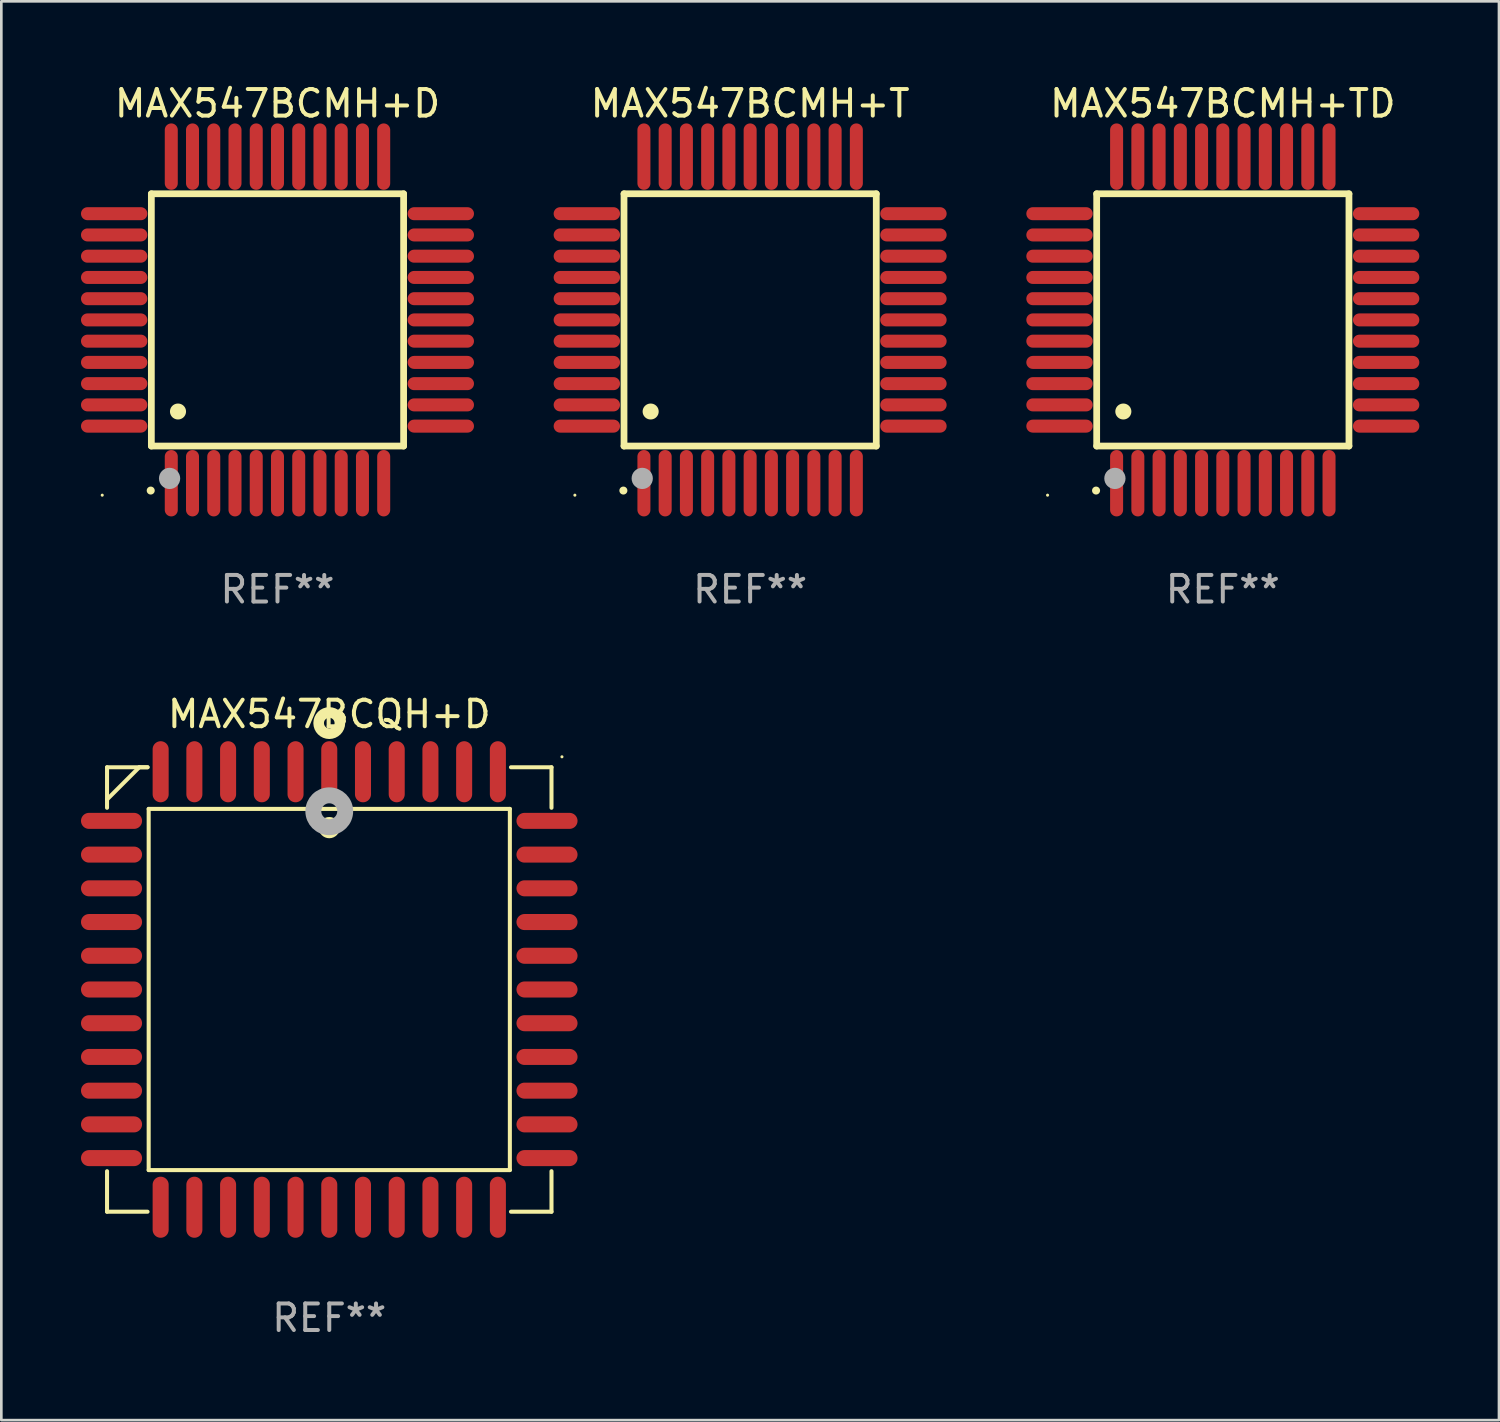
<source format=kicad_pcb>
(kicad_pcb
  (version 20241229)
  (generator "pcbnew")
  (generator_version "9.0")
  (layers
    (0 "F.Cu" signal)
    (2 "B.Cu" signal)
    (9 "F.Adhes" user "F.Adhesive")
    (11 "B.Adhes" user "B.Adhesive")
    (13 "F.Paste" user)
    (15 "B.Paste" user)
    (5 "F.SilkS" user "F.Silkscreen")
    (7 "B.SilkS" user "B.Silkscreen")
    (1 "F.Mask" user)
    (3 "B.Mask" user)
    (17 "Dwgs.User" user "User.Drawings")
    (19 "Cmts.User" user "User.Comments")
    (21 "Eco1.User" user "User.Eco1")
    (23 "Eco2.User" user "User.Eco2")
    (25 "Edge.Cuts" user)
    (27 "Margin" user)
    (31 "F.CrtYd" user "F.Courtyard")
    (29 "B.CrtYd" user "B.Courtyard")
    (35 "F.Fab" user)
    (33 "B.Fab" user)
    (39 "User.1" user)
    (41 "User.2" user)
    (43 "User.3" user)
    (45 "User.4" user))
  (footprint "MAX547BCQH+D"
    (layer "F.Cu")
    (at 9.35 34.214)
    (property "Reference" "MAX547BCQH+D" (at 0 -10.369 0) (layer "F.SilkS") (effects (font (size 1 1) (thickness 0.15))))
    (attr through_hole)
    (fp_line (start -8.369 -8.369) (end -8.369 -6.843) (stroke (width 0.152) (type solid)) (layer "F.SilkS"))
    (fp_line (start -8.369 8.369) (end -8.369 6.843) (stroke (width 0.152) (type solid)) (layer "F.SilkS"))
    (fp_line (start -7.156 -8.369) (end -8.369 -7.156) (stroke (width 0.152) (type solid)) (layer "F.SilkS"))
    (fp_line (start -6.843 -8.369) (end -8.369 -8.369) (stroke (width 0.152) (type solid)) (layer "F.SilkS"))
    (fp_line (start -6.843 -8.369) (end -7.156 -8.369) (stroke (width 0.152) (type solid)) (layer "F.SilkS"))
    (fp_line (start -6.843 8.369) (end -8.369 8.369) (stroke (width 0.152) (type solid)) (layer "F.SilkS"))
    (fp_line (start -6.801 -6.801) (end 6.801 -6.801) (stroke (width 0.152) (type solid)) (layer "F.SilkS"))
    (fp_line (start -6.801 6.801) (end -6.801 -6.801) (stroke (width 0.152) (type solid)) (layer "F.SilkS"))
    (fp_line (start 6.801 -6.801) (end 6.801 6.801) (stroke (width 0.152) (type solid)) (layer "F.SilkS"))
    (fp_line (start 6.801 6.801) (end -6.801 6.801) (stroke (width 0.152) (type solid)) (layer "F.SilkS"))
    (fp_line (start 6.843 -8.369) (end 8.369 -8.369) (stroke (width 0.152) (type solid)) (layer "F.SilkS"))
    (fp_line (start 6.843 8.369) (end 8.369 8.369) (stroke (width 0.152) (type solid)) (layer "F.SilkS"))
    (fp_line (start 8.369 -8.369) (end 8.369 -6.843) (stroke (width 0.152) (type solid)) (layer "F.SilkS"))
    (fp_line (start 8.369 8.369) (end 8.369 6.843) (stroke (width 0.152) (type solid)) (layer "F.SilkS"))
    (fp_circle (center -0.000013 -6.096) (end 0.2 -6.096) (stroke (width 0.4) (type solid)) (fill no) (layer "F.SilkS"))
    (fp_circle (center 0.000114 -10.033) (end 0.2 -10.033) (stroke (width 0.4) (type solid)) (fill no) (layer "F.SilkS"))
    (fp_circle (center 8.763 -8.763) (end 8.793 -8.763) (stroke (width 0.06) (type solid)) (fill no) (layer "F.SilkS"))
    (fp_circle (center 0.000114 -6.712) (end 0.3 -6.712) (stroke (width 0.6) (type solid)) (fill no) (layer "F.Fab"))
    (fp_text user "REF**" (at 0 12.369 0) (layer "F.Fab") (effects (font (size 1 1) (thickness 0.15))))
    (pad "1" smd oval (at 0.000114 -8.2) (size 0.604 2.3) (layers "F.Cu" "F.Mask" "F.Paste"))
    (pad "2" smd oval (at -1.27 -8.2) (size 0.604 2.3) (layers "F.Cu" "F.Mask" "F.Paste"))
    (pad "3" smd oval (at -2.54 -8.2) (size 0.604 2.3) (layers "F.Cu" "F.Mask" "F.Paste"))
    (pad "4" smd oval (at -3.81 -8.2) (size 0.604 2.3) (layers "F.Cu" "F.Mask" "F.Paste"))
    (pad "5" smd oval (at -5.08 -8.2) (size 0.604 2.3) (layers "F.Cu" "F.Mask" "F.Paste"))
    (pad "6" smd oval (at -6.35 -8.2) (size 0.604 2.3) (layers "F.Cu" "F.Mask" "F.Paste"))
    (pad "7" smd oval (at -8.2 -6.35) (size 2.3 0.604) (layers "F.Cu" "F.Mask" "F.Paste"))
    (pad "8" smd oval (at -8.2 -5.08) (size 2.3 0.604) (layers "F.Cu" "F.Mask" "F.Paste"))
    (pad "9" smd oval (at -8.2 -3.81) (size 2.3 0.604) (layers "F.Cu" "F.Mask" "F.Paste"))
    (pad "10" smd oval (at -8.2 -2.54) (size 2.3 0.604) (layers "F.Cu" "F.Mask" "F.Paste"))
    (pad "11" smd oval (at -8.2 -1.27) (size 2.3 0.604) (layers "F.Cu" "F.Mask" "F.Paste"))
    (pad "12" smd oval (at -8.2 0.000127) (size 2.3 0.604) (layers "F.Cu" "F.Mask" "F.Paste"))
    (pad "13" smd oval (at -8.2 1.27) (size 2.3 0.604) (layers "F.Cu" "F.Mask" "F.Paste"))
    (pad "14" smd oval (at -8.2 2.54) (size 2.3 0.604) (layers "F.Cu" "F.Mask" "F.Paste"))
    (pad "15" smd oval (at -8.2 3.81) (size 2.3 0.604) (layers "F.Cu" "F.Mask" "F.Paste"))
    (pad "16" smd oval (at -8.2 5.08) (size 2.3 0.604) (layers "F.Cu" "F.Mask" "F.Paste"))
    (pad "17" smd oval (at -8.2 6.35) (size 2.3 0.604) (layers "F.Cu" "F.Mask" "F.Paste"))
    (pad "18" smd oval (at -6.35 8.2) (size 0.604 2.3) (layers "F.Cu" "F.Mask" "F.Paste"))
    (pad "19" smd oval (at -5.08 8.2) (size 0.604 2.3) (layers "F.Cu" "F.Mask" "F.Paste"))
    (pad "20" smd oval (at -3.81 8.2) (size 0.604 2.3) (layers "F.Cu" "F.Mask" "F.Paste"))
    (pad "21" smd oval (at -2.54 8.2) (size 0.604 2.3) (layers "F.Cu" "F.Mask" "F.Paste"))
    (pad "22" smd oval (at -1.27 8.2) (size 0.604 2.3) (layers "F.Cu" "F.Mask" "F.Paste"))
    (pad "23" smd oval (at 0.000114 8.2) (size 0.604 2.3) (layers "F.Cu" "F.Mask" "F.Paste"))
    (pad "24" smd oval (at 1.27 8.2) (size 0.604 2.3) (layers "F.Cu" "F.Mask" "F.Paste"))
    (pad "25" smd oval (at 2.54 8.2) (size 0.604 2.3) (layers "F.Cu" "F.Mask" "F.Paste"))
    (pad "26" smd oval (at 3.81 8.2) (size 0.604 2.3) (layers "F.Cu" "F.Mask" "F.Paste"))
    (pad "27" smd oval (at 5.08 8.2) (size 0.604 2.3) (layers "F.Cu" "F.Mask" "F.Paste"))
    (pad "28" smd oval (at 6.35 8.2) (size 0.604 2.3) (layers "F.Cu" "F.Mask" "F.Paste"))
    (pad "29" smd oval (at 8.2 6.35) (size 2.3 0.604) (layers "F.Cu" "F.Mask" "F.Paste"))
    (pad "30" smd oval (at 8.2 5.08) (size 2.3 0.604) (layers "F.Cu" "F.Mask" "F.Paste"))
    (pad "31" smd oval (at 8.2 3.81) (size 2.3 0.604) (layers "F.Cu" "F.Mask" "F.Paste"))
    (pad "32" smd oval (at 8.2 2.54) (size 2.3 0.604) (layers "F.Cu" "F.Mask" "F.Paste"))
    (pad "33" smd oval (at 8.2 1.27) (size 2.3 0.604) (layers "F.Cu" "F.Mask" "F.Paste"))
    (pad "34" smd oval (at 8.2 0.000127) (size 2.3 0.604) (layers "F.Cu" "F.Mask" "F.Paste"))
    (pad "35" smd oval (at 8.2 -1.27) (size 2.3 0.604) (layers "F.Cu" "F.Mask" "F.Paste"))
    (pad "36" smd oval (at 8.2 -2.54) (size 2.3 0.604) (layers "F.Cu" "F.Mask" "F.Paste"))
    (pad "37" smd oval (at 8.2 -3.81) (size 2.3 0.604) (layers "F.Cu" "F.Mask" "F.Paste"))
    (pad "38" smd oval (at 8.2 -5.08) (size 2.3 0.604) (layers "F.Cu" "F.Mask" "F.Paste"))
    (pad "39" smd oval (at 8.2 -6.35) (size 2.3 0.604) (layers "F.Cu" "F.Mask" "F.Paste"))
    (pad "40" smd oval (at 6.35 -8.2) (size 0.604 2.3) (layers "F.Cu" "F.Mask" "F.Paste"))
    (pad "41" smd oval (at 5.08 -8.2) (size 0.604 2.3) (layers "F.Cu" "F.Mask" "F.Paste"))
    (pad "42" smd oval (at 3.81 -8.2) (size 0.604 2.3) (layers "F.Cu" "F.Mask" "F.Paste"))
    (pad "43" smd oval (at 2.54 -8.2) (size 0.604 2.3) (layers "F.Cu" "F.Mask" "F.Paste"))
    (pad "44" smd oval (at 1.27 -8.2) (size 0.604 2.3) (layers "F.Cu" "F.Mask" "F.Paste")))
  (footprint "MAX547BCMH+TD"
    (layer "F.Cu")
    (at 43.001 8.998)
    (property "Reference" "MAX547BCMH+TD" (at 0 -8.15 0) (layer "F.SilkS") (effects (font (size 1 1) (thickness 0.15))))
    (attr through_hole)
    (fp_line (start -4.75 -4.75) (end 4.75 -4.75) (stroke (width 0.254) (type solid)) (layer "F.SilkS"))
    (fp_line (start -4.75 4.75) (end -4.75 -4.75) (stroke (width 0.254) (type solid)) (layer "F.SilkS"))
    (fp_line (start 4.75 -4.75) (end 4.75 4.75) (stroke (width 0.254) (type solid)) (layer "F.SilkS"))
    (fp_line (start 4.75 4.75) (end -4.75 4.75) (stroke (width 0.254) (type solid)) (layer "F.SilkS"))
    (fp_arc (start -4.77521 6.426213) (mid -4.77394 6.426208) (end -4.77267 6.426213) (stroke (width 0.3) (type solid)) (layer "F.SilkS"))
    (fp_arc (start -3.749047 3.449327) (mid -3.746507 3.449316) (end -3.743967 3.449327) (stroke (width 0.6) (type solid)) (layer "F.SilkS"))
    (fp_circle (center -6.6 6.6) (end -6.57 6.6) (stroke (width 0.06) (type solid)) (fill no) (layer "F.SilkS"))
    (fp_circle (center -4.064 5.969) (end -3.864 5.969) (stroke (width 0.4) (type solid)) (fill no) (layer "F.Fab"))
    (fp_text user "REF**" (at 0 10.15 0) (layer "F.Fab") (effects (font (size 1 1) (thickness 0.15))))
    (pad "1" smd oval (at -4 6.15) (size 0.49 2.5) (layers "F.Cu" "F.Mask" "F.Paste"))
    (pad "2" smd oval (at -3.2 6.15) (size 0.49 2.5) (layers "F.Cu" "F.Mask" "F.Paste"))
    (pad "3" smd oval (at -2.4 6.15) (size 0.49 2.5) (layers "F.Cu" "F.Mask" "F.Paste"))
    (pad "4" smd oval (at -1.6 6.15) (size 0.49 2.5) (layers "F.Cu" "F.Mask" "F.Paste"))
    (pad "5" smd oval (at -0.8 6.15) (size 0.49 2.5) (layers "F.Cu" "F.Mask" "F.Paste"))
    (pad "6" smd oval (at 0 6.15) (size 0.49 2.5) (layers "F.Cu" "F.Mask" "F.Paste"))
    (pad "7" smd oval (at 0.8 6.15) (size 0.49 2.5) (layers "F.Cu" "F.Mask" "F.Paste"))
    (pad "8" smd oval (at 1.6 6.15) (size 0.49 2.5) (layers "F.Cu" "F.Mask" "F.Paste"))
    (pad "9" smd oval (at 2.4 6.15) (size 0.49 2.5) (layers "F.Cu" "F.Mask" "F.Paste"))
    (pad "10" smd oval (at 3.2 6.15) (size 0.49 2.5) (layers "F.Cu" "F.Mask" "F.Paste"))
    (pad "11" smd oval (at 4 6.15) (size 0.49 2.5) (layers "F.Cu" "F.Mask" "F.Paste"))
    (pad "12" smd oval (at 6.15 4) (size 2.5 0.49) (layers "F.Cu" "F.Mask" "F.Paste"))
    (pad "13" smd oval (at 6.15 3.2) (size 2.5 0.49) (layers "F.Cu" "F.Mask" "F.Paste"))
    (pad "14" smd oval (at 6.15 2.4) (size 2.5 0.49) (layers "F.Cu" "F.Mask" "F.Paste"))
    (pad "15" smd oval (at 6.15 1.6) (size 2.5 0.49) (layers "F.Cu" "F.Mask" "F.Paste"))
    (pad "16" smd oval (at 6.15 0.8) (size 2.5 0.49) (layers "F.Cu" "F.Mask" "F.Paste"))
    (pad "17" smd oval (at 6.15 0) (size 2.5 0.49) (layers "F.Cu" "F.Mask" "F.Paste"))
    (pad "18" smd oval (at 6.15 -0.8) (size 2.5 0.49) (layers "F.Cu" "F.Mask" "F.Paste"))
    (pad "19" smd oval (at 6.15 -1.6) (size 2.5 0.49) (layers "F.Cu" "F.Mask" "F.Paste"))
    (pad "20" smd oval (at 6.15 -2.4) (size 2.5 0.49) (layers "F.Cu" "F.Mask" "F.Paste"))
    (pad "21" smd oval (at 6.15 -3.2) (size 2.5 0.49) (layers "F.Cu" "F.Mask" "F.Paste"))
    (pad "22" smd oval (at 6.15 -4) (size 2.5 0.49) (layers "F.Cu" "F.Mask" "F.Paste"))
    (pad "23" smd oval (at 4 -6.15) (size 0.49 2.5) (layers "F.Cu" "F.Mask" "F.Paste"))
    (pad "24" smd oval (at 3.2 -6.15) (size 0.49 2.5) (layers "F.Cu" "F.Mask" "F.Paste"))
    (pad "25" smd oval (at 2.4 -6.15) (size 0.49 2.5) (layers "F.Cu" "F.Mask" "F.Paste"))
    (pad "26" smd oval (at 1.6 -6.15) (size 0.49 2.5) (layers "F.Cu" "F.Mask" "F.Paste"))
    (pad "27" smd oval (at 0.8 -6.15) (size 0.49 2.5) (layers "F.Cu" "F.Mask" "F.Paste"))
    (pad "28" smd oval (at 0 -6.15) (size 0.49 2.5) (layers "F.Cu" "F.Mask" "F.Paste"))
    (pad "29" smd oval (at -0.8 -6.15) (size 0.49 2.5) (layers "F.Cu" "F.Mask" "F.Paste"))
    (pad "30" smd oval (at -1.6 -6.15) (size 0.49 2.5) (layers "F.Cu" "F.Mask" "F.Paste"))
    (pad "31" smd oval (at -2.4 -6.15) (size 0.49 2.5) (layers "F.Cu" "F.Mask" "F.Paste"))
    (pad "32" smd oval (at -3.2 -6.15) (size 0.49 2.5) (layers "F.Cu" "F.Mask" "F.Paste"))
    (pad "33" smd oval (at -4 -6.15) (size 0.49 2.5) (layers "F.Cu" "F.Mask" "F.Paste"))
    (pad "34" smd oval (at -6.15 -4) (size 2.5 0.49) (layers "F.Cu" "F.Mask" "F.Paste"))
    (pad "35" smd oval (at -6.15 -3.2) (size 2.5 0.49) (layers "F.Cu" "F.Mask" "F.Paste"))
    (pad "36" smd oval (at -6.15 -2.4) (size 2.5 0.49) (layers "F.Cu" "F.Mask" "F.Paste"))
    (pad "37" smd oval (at -6.15 -1.6) (size 2.5 0.49) (layers "F.Cu" "F.Mask" "F.Paste"))
    (pad "38" smd oval (at -6.15 -0.8) (size 2.5 0.49) (layers "F.Cu" "F.Mask" "F.Paste"))
    (pad "39" smd oval (at -6.15 0) (size 2.5 0.49) (layers "F.Cu" "F.Mask" "F.Paste"))
    (pad "40" smd oval (at -6.15 0.8) (size 2.5 0.49) (layers "F.Cu" "F.Mask" "F.Paste"))
    (pad "41" smd oval (at -6.15 1.6) (size 2.5 0.49) (layers "F.Cu" "F.Mask" "F.Paste"))
    (pad "42" smd oval (at -6.15 2.4) (size 2.5 0.49) (layers "F.Cu" "F.Mask" "F.Paste"))
    (pad "43" smd oval (at -6.15 3.2) (size 2.5 0.49) (layers "F.Cu" "F.Mask" "F.Paste"))
    (pad "44" smd oval (at -6.15 4) (size 2.5 0.49) (layers "F.Cu" "F.Mask" "F.Paste")))
  (footprint "MAX547BCMH+D"
    (layer "F.Cu")
    (at 7.4 8.998)
    (property "Reference" "MAX547BCMH+D" (at 0 -8.15 0) (layer "F.SilkS") (effects (font (size 1 1) (thickness 0.15))))
    (attr through_hole)
    (fp_line (start -4.75 -4.75) (end 4.75 -4.75) (stroke (width 0.254) (type solid)) (layer "F.SilkS"))
    (fp_line (start -4.75 4.75) (end -4.75 -4.75) (stroke (width 0.254) (type solid)) (layer "F.SilkS"))
    (fp_line (start 4.75 -4.75) (end 4.75 4.75) (stroke (width 0.254) (type solid)) (layer "F.SilkS"))
    (fp_line (start 4.75 4.75) (end -4.75 4.75) (stroke (width 0.254) (type solid)) (layer "F.SilkS"))
    (fp_arc (start -4.77521 6.426213) (mid -4.77394 6.426208) (end -4.77267 6.426213) (stroke (width 0.3) (type solid)) (layer "F.SilkS"))
    (fp_arc (start -3.749047 3.449327) (mid -3.746507 3.449316) (end -3.743967 3.449327) (stroke (width 0.6) (type solid)) (layer "F.SilkS"))
    (fp_circle (center -6.6 6.6) (end -6.57 6.6) (stroke (width 0.06) (type solid)) (fill no) (layer "F.SilkS"))
    (fp_circle (center -4.064 5.969) (end -3.864 5.969) (stroke (width 0.4) (type solid)) (fill no) (layer "F.Fab"))
    (fp_text user "REF**" (at 0 10.15 0) (layer "F.Fab") (effects (font (size 1 1) (thickness 0.15))))
    (pad "1" smd oval (at -4 6.15) (size 0.49 2.5) (layers "F.Cu" "F.Mask" "F.Paste"))
    (pad "2" smd oval (at -3.2 6.15) (size 0.49 2.5) (layers "F.Cu" "F.Mask" "F.Paste"))
    (pad "3" smd oval (at -2.4 6.15) (size 0.49 2.5) (layers "F.Cu" "F.Mask" "F.Paste"))
    (pad "4" smd oval (at -1.6 6.15) (size 0.49 2.5) (layers "F.Cu" "F.Mask" "F.Paste"))
    (pad "5" smd oval (at -0.8 6.15) (size 0.49 2.5) (layers "F.Cu" "F.Mask" "F.Paste"))
    (pad "6" smd oval (at 0 6.15) (size 0.49 2.5) (layers "F.Cu" "F.Mask" "F.Paste"))
    (pad "7" smd oval (at 0.8 6.15) (size 0.49 2.5) (layers "F.Cu" "F.Mask" "F.Paste"))
    (pad "8" smd oval (at 1.6 6.15) (size 0.49 2.5) (layers "F.Cu" "F.Mask" "F.Paste"))
    (pad "9" smd oval (at 2.4 6.15) (size 0.49 2.5) (layers "F.Cu" "F.Mask" "F.Paste"))
    (pad "10" smd oval (at 3.2 6.15) (size 0.49 2.5) (layers "F.Cu" "F.Mask" "F.Paste"))
    (pad "11" smd oval (at 4 6.15) (size 0.49 2.5) (layers "F.Cu" "F.Mask" "F.Paste"))
    (pad "12" smd oval (at 6.15 4) (size 2.5 0.49) (layers "F.Cu" "F.Mask" "F.Paste"))
    (pad "13" smd oval (at 6.15 3.2) (size 2.5 0.49) (layers "F.Cu" "F.Mask" "F.Paste"))
    (pad "14" smd oval (at 6.15 2.4) (size 2.5 0.49) (layers "F.Cu" "F.Mask" "F.Paste"))
    (pad "15" smd oval (at 6.15 1.6) (size 2.5 0.49) (layers "F.Cu" "F.Mask" "F.Paste"))
    (pad "16" smd oval (at 6.15 0.8) (size 2.5 0.49) (layers "F.Cu" "F.Mask" "F.Paste"))
    (pad "17" smd oval (at 6.15 0) (size 2.5 0.49) (layers "F.Cu" "F.Mask" "F.Paste"))
    (pad "18" smd oval (at 6.15 -0.8) (size 2.5 0.49) (layers "F.Cu" "F.Mask" "F.Paste"))
    (pad "19" smd oval (at 6.15 -1.6) (size 2.5 0.49) (layers "F.Cu" "F.Mask" "F.Paste"))
    (pad "20" smd oval (at 6.15 -2.4) (size 2.5 0.49) (layers "F.Cu" "F.Mask" "F.Paste"))
    (pad "21" smd oval (at 6.15 -3.2) (size 2.5 0.49) (layers "F.Cu" "F.Mask" "F.Paste"))
    (pad "22" smd oval (at 6.15 -4) (size 2.5 0.49) (layers "F.Cu" "F.Mask" "F.Paste"))
    (pad "23" smd oval (at 4 -6.15) (size 0.49 2.5) (layers "F.Cu" "F.Mask" "F.Paste"))
    (pad "24" smd oval (at 3.2 -6.15) (size 0.49 2.5) (layers "F.Cu" "F.Mask" "F.Paste"))
    (pad "25" smd oval (at 2.4 -6.15) (size 0.49 2.5) (layers "F.Cu" "F.Mask" "F.Paste"))
    (pad "26" smd oval (at 1.6 -6.15) (size 0.49 2.5) (layers "F.Cu" "F.Mask" "F.Paste"))
    (pad "27" smd oval (at 0.8 -6.15) (size 0.49 2.5) (layers "F.Cu" "F.Mask" "F.Paste"))
    (pad "28" smd oval (at 0 -6.15) (size 0.49 2.5) (layers "F.Cu" "F.Mask" "F.Paste"))
    (pad "29" smd oval (at -0.8 -6.15) (size 0.49 2.5) (layers "F.Cu" "F.Mask" "F.Paste"))
    (pad "30" smd oval (at -1.6 -6.15) (size 0.49 2.5) (layers "F.Cu" "F.Mask" "F.Paste"))
    (pad "31" smd oval (at -2.4 -6.15) (size 0.49 2.5) (layers "F.Cu" "F.Mask" "F.Paste"))
    (pad "32" smd oval (at -3.2 -6.15) (size 0.49 2.5) (layers "F.Cu" "F.Mask" "F.Paste"))
    (pad "33" smd oval (at -4 -6.15) (size 0.49 2.5) (layers "F.Cu" "F.Mask" "F.Paste"))
    (pad "34" smd oval (at -6.15 -4) (size 2.5 0.49) (layers "F.Cu" "F.Mask" "F.Paste"))
    (pad "35" smd oval (at -6.15 -3.2) (size 2.5 0.49) (layers "F.Cu" "F.Mask" "F.Paste"))
    (pad "36" smd oval (at -6.15 -2.4) (size 2.5 0.49) (layers "F.Cu" "F.Mask" "F.Paste"))
    (pad "37" smd oval (at -6.15 -1.6) (size 2.5 0.49) (layers "F.Cu" "F.Mask" "F.Paste"))
    (pad "38" smd oval (at -6.15 -0.8) (size 2.5 0.49) (layers "F.Cu" "F.Mask" "F.Paste"))
    (pad "39" smd oval (at -6.15 0) (size 2.5 0.49) (layers "F.Cu" "F.Mask" "F.Paste"))
    (pad "40" smd oval (at -6.15 0.8) (size 2.5 0.49) (layers "F.Cu" "F.Mask" "F.Paste"))
    (pad "41" smd oval (at -6.15 1.6) (size 2.5 0.49) (layers "F.Cu" "F.Mask" "F.Paste"))
    (pad "42" smd oval (at -6.15 2.4) (size 2.5 0.49) (layers "F.Cu" "F.Mask" "F.Paste"))
    (pad "43" smd oval (at -6.15 3.2) (size 2.5 0.49) (layers "F.Cu" "F.Mask" "F.Paste"))
    (pad "44" smd oval (at -6.15 4) (size 2.5 0.49) (layers "F.Cu" "F.Mask" "F.Paste")))
  (footprint "MAX547BCMH+T"
    (layer "F.Cu")
    (at 25.2 8.998)
    (property "Reference" "MAX547BCMH+T" (at 0 -8.15 0) (layer "F.SilkS") (effects (font (size 1 1) (thickness 0.15))))
    (attr through_hole)
    (fp_line (start -4.75 -4.75) (end 4.75 -4.75) (stroke (width 0.254) (type solid)) (layer "F.SilkS"))
    (fp_line (start -4.75 4.75) (end -4.75 -4.75) (stroke (width 0.254) (type solid)) (layer "F.SilkS"))
    (fp_line (start 4.75 -4.75) (end 4.75 4.75) (stroke (width 0.254) (type solid)) (layer "F.SilkS"))
    (fp_line (start 4.75 4.75) (end -4.75 4.75) (stroke (width 0.254) (type solid)) (layer "F.SilkS"))
    (fp_arc (start -4.77521 6.426213) (mid -4.77394 6.426208) (end -4.77267 6.426213) (stroke (width 0.3) (type solid)) (layer "F.SilkS"))
    (fp_arc (start -3.749047 3.449327) (mid -3.746507 3.449316) (end -3.743967 3.449327) (stroke (width 0.6) (type solid)) (layer "F.SilkS"))
    (fp_circle (center -6.6 6.6) (end -6.57 6.6) (stroke (width 0.06) (type solid)) (fill no) (layer "F.SilkS"))
    (fp_circle (center -4.064 5.969) (end -3.864 5.969) (stroke (width 0.4) (type solid)) (fill no) (layer "F.Fab"))
    (fp_text user "REF**" (at 0 10.15 0) (layer "F.Fab") (effects (font (size 1 1) (thickness 0.15))))
    (pad "1" smd oval (at -4 6.15) (size 0.49 2.5) (layers "F.Cu" "F.Mask" "F.Paste"))
    (pad "2" smd oval (at -3.2 6.15) (size 0.49 2.5) (layers "F.Cu" "F.Mask" "F.Paste"))
    (pad "3" smd oval (at -2.4 6.15) (size 0.49 2.5) (layers "F.Cu" "F.Mask" "F.Paste"))
    (pad "4" smd oval (at -1.6 6.15) (size 0.49 2.5) (layers "F.Cu" "F.Mask" "F.Paste"))
    (pad "5" smd oval (at -0.8 6.15) (size 0.49 2.5) (layers "F.Cu" "F.Mask" "F.Paste"))
    (pad "6" smd oval (at 0 6.15) (size 0.49 2.5) (layers "F.Cu" "F.Mask" "F.Paste"))
    (pad "7" smd oval (at 0.8 6.15) (size 0.49 2.5) (layers "F.Cu" "F.Mask" "F.Paste"))
    (pad "8" smd oval (at 1.6 6.15) (size 0.49 2.5) (layers "F.Cu" "F.Mask" "F.Paste"))
    (pad "9" smd oval (at 2.4 6.15) (size 0.49 2.5) (layers "F.Cu" "F.Mask" "F.Paste"))
    (pad "10" smd oval (at 3.2 6.15) (size 0.49 2.5) (layers "F.Cu" "F.Mask" "F.Paste"))
    (pad "11" smd oval (at 4 6.15) (size 0.49 2.5) (layers "F.Cu" "F.Mask" "F.Paste"))
    (pad "12" smd oval (at 6.15 4) (size 2.5 0.49) (layers "F.Cu" "F.Mask" "F.Paste"))
    (pad "13" smd oval (at 6.15 3.2) (size 2.5 0.49) (layers "F.Cu" "F.Mask" "F.Paste"))
    (pad "14" smd oval (at 6.15 2.4) (size 2.5 0.49) (layers "F.Cu" "F.Mask" "F.Paste"))
    (pad "15" smd oval (at 6.15 1.6) (size 2.5 0.49) (layers "F.Cu" "F.Mask" "F.Paste"))
    (pad "16" smd oval (at 6.15 0.8) (size 2.5 0.49) (layers "F.Cu" "F.Mask" "F.Paste"))
    (pad "17" smd oval (at 6.15 0) (size 2.5 0.49) (layers "F.Cu" "F.Mask" "F.Paste"))
    (pad "18" smd oval (at 6.15 -0.8) (size 2.5 0.49) (layers "F.Cu" "F.Mask" "F.Paste"))
    (pad "19" smd oval (at 6.15 -1.6) (size 2.5 0.49) (layers "F.Cu" "F.Mask" "F.Paste"))
    (pad "20" smd oval (at 6.15 -2.4) (size 2.5 0.49) (layers "F.Cu" "F.Mask" "F.Paste"))
    (pad "21" smd oval (at 6.15 -3.2) (size 2.5 0.49) (layers "F.Cu" "F.Mask" "F.Paste"))
    (pad "22" smd oval (at 6.15 -4) (size 2.5 0.49) (layers "F.Cu" "F.Mask" "F.Paste"))
    (pad "23" smd oval (at 4 -6.15) (size 0.49 2.5) (layers "F.Cu" "F.Mask" "F.Paste"))
    (pad "24" smd oval (at 3.2 -6.15) (size 0.49 2.5) (layers "F.Cu" "F.Mask" "F.Paste"))
    (pad "25" smd oval (at 2.4 -6.15) (size 0.49 2.5) (layers "F.Cu" "F.Mask" "F.Paste"))
    (pad "26" smd oval (at 1.6 -6.15) (size 0.49 2.5) (layers "F.Cu" "F.Mask" "F.Paste"))
    (pad "27" smd oval (at 0.8 -6.15) (size 0.49 2.5) (layers "F.Cu" "F.Mask" "F.Paste"))
    (pad "28" smd oval (at 0 -6.15) (size 0.49 2.5) (layers "F.Cu" "F.Mask" "F.Paste"))
    (pad "29" smd oval (at -0.8 -6.15) (size 0.49 2.5) (layers "F.Cu" "F.Mask" "F.Paste"))
    (pad "30" smd oval (at -1.6 -6.15) (size 0.49 2.5) (layers "F.Cu" "F.Mask" "F.Paste"))
    (pad "31" smd oval (at -2.4 -6.15) (size 0.49 2.5) (layers "F.Cu" "F.Mask" "F.Paste"))
    (pad "32" smd oval (at -3.2 -6.15) (size 0.49 2.5) (layers "F.Cu" "F.Mask" "F.Paste"))
    (pad "33" smd oval (at -4 -6.15) (size 0.49 2.5) (layers "F.Cu" "F.Mask" "F.Paste"))
    (pad "34" smd oval (at -6.15 -4) (size 2.5 0.49) (layers "F.Cu" "F.Mask" "F.Paste"))
    (pad "35" smd oval (at -6.15 -3.2) (size 2.5 0.49) (layers "F.Cu" "F.Mask" "F.Paste"))
    (pad "36" smd oval (at -6.15 -2.4) (size 2.5 0.49) (layers "F.Cu" "F.Mask" "F.Paste"))
    (pad "37" smd oval (at -6.15 -1.6) (size 2.5 0.49) (layers "F.Cu" "F.Mask" "F.Paste"))
    (pad "38" smd oval (at -6.15 -0.8) (size 2.5 0.49) (layers "F.Cu" "F.Mask" "F.Paste"))
    (pad "39" smd oval (at -6.15 0) (size 2.5 0.49) (layers "F.Cu" "F.Mask" "F.Paste"))
    (pad "40" smd oval (at -6.15 0.8) (size 2.5 0.49) (layers "F.Cu" "F.Mask" "F.Paste"))
    (pad "41" smd oval (at -6.15 1.6) (size 2.5 0.49) (layers "F.Cu" "F.Mask" "F.Paste"))
    (pad "42" smd oval (at -6.15 2.4) (size 2.5 0.49) (layers "F.Cu" "F.Mask" "F.Paste"))
    (pad "43" smd oval (at -6.15 3.2) (size 2.5 0.49) (layers "F.Cu" "F.Mask" "F.Paste"))
    (pad "44" smd oval (at -6.15 4) (size 2.5 0.49) (layers "F.Cu" "F.Mask" "F.Paste")))
  (gr_rect
    (start -3 -3)
    (end 53.401 50.432)
    (stroke (width 0.1) (type default))
    (fill no)
    (layer "Edge.Cuts")))
</source>
